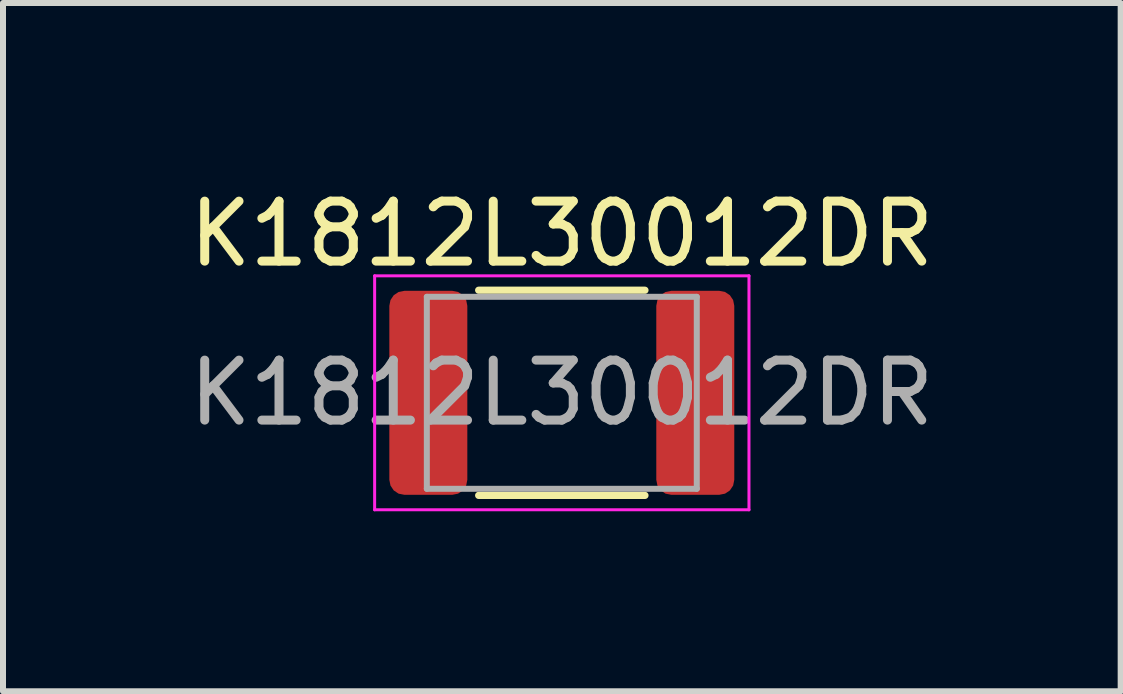
<source format=kicad_pcb>
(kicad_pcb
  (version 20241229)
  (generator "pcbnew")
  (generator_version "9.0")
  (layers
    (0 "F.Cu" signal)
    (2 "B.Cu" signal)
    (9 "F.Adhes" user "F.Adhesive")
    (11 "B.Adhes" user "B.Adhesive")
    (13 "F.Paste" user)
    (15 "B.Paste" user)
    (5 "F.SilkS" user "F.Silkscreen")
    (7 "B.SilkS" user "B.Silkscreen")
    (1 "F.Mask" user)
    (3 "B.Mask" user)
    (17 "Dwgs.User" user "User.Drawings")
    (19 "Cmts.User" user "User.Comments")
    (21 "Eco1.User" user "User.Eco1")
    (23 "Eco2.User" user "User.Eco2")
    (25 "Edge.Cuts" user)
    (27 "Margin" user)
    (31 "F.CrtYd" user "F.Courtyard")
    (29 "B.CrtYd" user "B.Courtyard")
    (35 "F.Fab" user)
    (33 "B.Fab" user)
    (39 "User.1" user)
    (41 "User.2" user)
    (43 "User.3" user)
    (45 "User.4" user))
  (footprint "K1812L30012DR"
    (layer "F.Cu")
    (at 6.315 3.498)
    (property "Reference" "K1812L30012DR" (at 0 -2.65 0) (layer "F.SilkS") (effects (font (size 1 1) (thickness 0.15))))
    (attr smd)
    (fp_line (start -1.386 -1.71) (end 1.386 -1.71) (stroke (width 0.12) (type solid)) (layer "F.SilkS"))
    (fp_line (start -1.386 1.71) (end 1.386 1.71) (stroke (width 0.12) (type solid)) (layer "F.SilkS"))
    (fp_line (start -3.12 -1.95) (end 3.12 -1.95) (stroke (width 0.05) (type solid)) (layer "F.CrtYd"))
    (fp_line (start -3.12 1.95) (end -3.12 -1.95) (stroke (width 0.05) (type solid)) (layer "F.CrtYd"))
    (fp_line (start 3.12 -1.95) (end 3.12 1.95) (stroke (width 0.05) (type solid)) (layer "F.CrtYd"))
    (fp_line (start 3.12 1.95) (end -3.12 1.95) (stroke (width 0.05) (type solid)) (layer "F.CrtYd"))
    (fp_line (start -2.25 -1.6) (end 2.25 -1.6) (stroke (width 0.1) (type solid)) (layer "F.Fab"))
    (fp_line (start -2.25 1.6) (end -2.25 -1.6) (stroke (width 0.1) (type solid)) (layer "F.Fab"))
    (fp_line (start 2.25 -1.6) (end 2.25 1.6) (stroke (width 0.1) (type solid)) (layer "F.Fab"))
    (fp_line (start 2.25 1.6) (end -2.25 1.6) (stroke (width 0.1) (type solid)) (layer "F.Fab"))
    (fp_text user "${REFERENCE}" (at 0 0 0) (layer "F.Fab") (effects (font (size 1 1) (thickness 0.15))))
    (pad "1" smd roundrect (at -2.225 0) (size 1.3 3.4) (layers "F.Cu" "F.Mask" "F.Paste") (roundrect_rratio 0.192))
    (pad "2" smd roundrect (at 2.225 0) (size 1.3 3.4) (layers "F.Cu" "F.Mask" "F.Paste") (roundrect_rratio 0.192)))
  (gr_rect
    (start -3 -3)
    (end 15.631 8.473)
    (stroke (width 0.1) (type default))
    (fill no)
    (layer "Edge.Cuts")))
</source>
